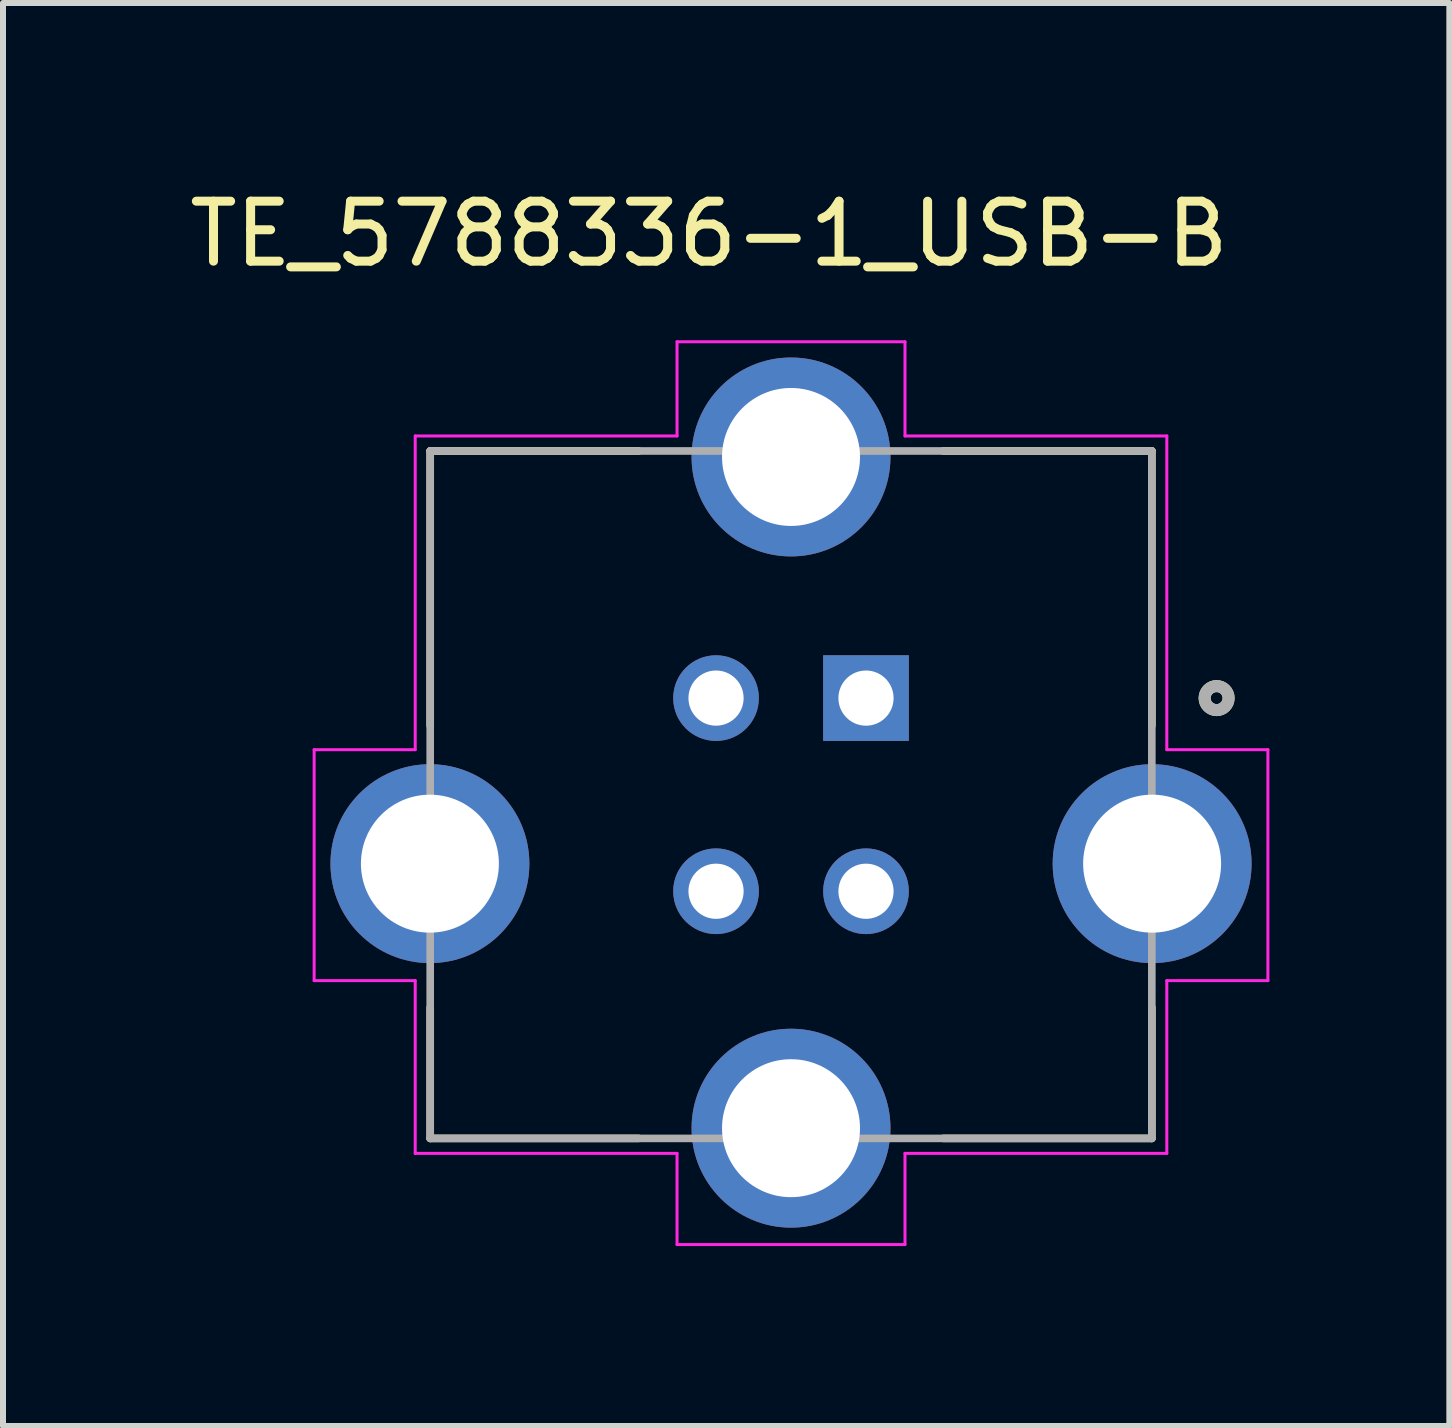
<source format=kicad_pcb>
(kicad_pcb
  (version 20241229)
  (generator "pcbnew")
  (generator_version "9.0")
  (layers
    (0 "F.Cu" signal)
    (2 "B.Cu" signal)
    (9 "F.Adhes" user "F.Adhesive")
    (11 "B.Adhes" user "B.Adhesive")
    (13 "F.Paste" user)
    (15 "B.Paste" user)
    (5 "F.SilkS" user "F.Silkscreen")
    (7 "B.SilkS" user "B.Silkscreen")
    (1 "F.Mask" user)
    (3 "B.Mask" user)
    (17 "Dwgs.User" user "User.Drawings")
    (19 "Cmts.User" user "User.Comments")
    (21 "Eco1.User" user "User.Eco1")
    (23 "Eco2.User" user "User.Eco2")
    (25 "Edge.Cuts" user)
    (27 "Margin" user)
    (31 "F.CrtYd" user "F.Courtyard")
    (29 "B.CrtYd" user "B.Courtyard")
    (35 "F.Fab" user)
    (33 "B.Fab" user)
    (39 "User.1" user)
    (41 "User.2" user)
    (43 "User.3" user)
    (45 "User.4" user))
  (footprint "TE_5788336-1_USB-B"
    (layer "F.Cu")
    (at 10.137 11.348)
    (property "Reference" "TE_5788336-1_USB-B" (at -1.366 -10.499 0) (layer "F.SilkS") (effects (font (size 1 1) (thickness 0.15))))
    (attr through_hole)
    (fp_line (start -6.015 -6.88) (end -6.015 -2.3) (stroke (width 0.127) (type solid)) (layer "F.SilkS"))
    (fp_line (start -6.015 -6.88) (end -2.54 -6.88) (stroke (width 0.127) (type solid)) (layer "F.SilkS"))
    (fp_line (start -6.015 2.4) (end -6.015 4.58) (stroke (width 0.127) (type solid)) (layer "F.SilkS"))
    (fp_line (start -6.015 4.58) (end -2.54 4.58) (stroke (width 0.127) (type solid)) (layer "F.SilkS"))
    (fp_line (start 2.54 -6.88) (end 6.015 -6.88) (stroke (width 0.127) (type solid)) (layer "F.SilkS"))
    (fp_line (start 2.54 4.58) (end 6.015 4.58) (stroke (width 0.127) (type solid)) (layer "F.SilkS"))
    (fp_line (start 6.015 -6.88) (end 6.015 -2.3) (stroke (width 0.127) (type solid)) (layer "F.SilkS"))
    (fp_line (start 6.015 2.4) (end 6.015 4.58) (stroke (width 0.127) (type solid)) (layer "F.SilkS"))
    (fp_circle (center 7.095 -2.76) (end 7.295 -2.76) (stroke (width 0.2) (type solid)) (fill no) (layer "F.SilkS"))
    (fp_line (start -7.95 -1.9) (end -6.265 -1.9) (stroke (width 0.05) (type solid)) (layer "F.CrtYd"))
    (fp_line (start -7.95 1.95) (end -7.95 -1.9) (stroke (width 0.05) (type solid)) (layer "F.CrtYd"))
    (fp_line (start -6.265 -7.13) (end -1.9 -7.13) (stroke (width 0.05) (type solid)) (layer "F.CrtYd"))
    (fp_line (start -6.265 -1.9) (end -6.265 -7.13) (stroke (width 0.05) (type solid)) (layer "F.CrtYd"))
    (fp_line (start -6.265 1.95) (end -7.95 1.95) (stroke (width 0.05) (type solid)) (layer "F.CrtYd"))
    (fp_line (start -6.265 4.83) (end -6.265 1.95) (stroke (width 0.05) (type solid)) (layer "F.CrtYd"))
    (fp_line (start -1.9 -8.7) (end 1.9 -8.7) (stroke (width 0.05) (type solid)) (layer "F.CrtYd"))
    (fp_line (start -1.9 -7.13) (end -1.9 -8.7) (stroke (width 0.05) (type solid)) (layer "F.CrtYd"))
    (fp_line (start -1.9 4.83) (end -6.265 4.83) (stroke (width 0.05) (type solid)) (layer "F.CrtYd"))
    (fp_line (start -1.9 6.35) (end -1.9 4.83) (stroke (width 0.05) (type solid)) (layer "F.CrtYd"))
    (fp_line (start 1.9 -8.7) (end 1.9 -7.13) (stroke (width 0.05) (type solid)) (layer "F.CrtYd"))
    (fp_line (start 1.9 -7.13) (end 6.265 -7.13) (stroke (width 0.05) (type solid)) (layer "F.CrtYd"))
    (fp_line (start 1.9 4.83) (end 1.9 6.35) (stroke (width 0.05) (type solid)) (layer "F.CrtYd"))
    (fp_line (start 1.9 6.35) (end -1.9 6.35) (stroke (width 0.05) (type solid)) (layer "F.CrtYd"))
    (fp_line (start 6.265 -7.13) (end 6.265 -1.9) (stroke (width 0.05) (type solid)) (layer "F.CrtYd"))
    (fp_line (start 6.265 -1.9) (end 7.95 -1.9) (stroke (width 0.05) (type solid)) (layer "F.CrtYd"))
    (fp_line (start 6.265 1.95) (end 6.265 4.83) (stroke (width 0.05) (type solid)) (layer "F.CrtYd"))
    (fp_line (start 6.265 4.83) (end 1.9 4.83) (stroke (width 0.05) (type solid)) (layer "F.CrtYd"))
    (fp_line (start 7.95 -1.9) (end 7.95 1.95) (stroke (width 0.05) (type solid)) (layer "F.CrtYd"))
    (fp_line (start 7.95 1.95) (end 6.265 1.95) (stroke (width 0.05) (type solid)) (layer "F.CrtYd"))
    (fp_line (start -6.015 -6.88) (end 6.015 -6.88) (stroke (width 0.127) (type solid)) (layer "F.Fab"))
    (fp_line (start -6.015 4.58) (end -6.015 -6.88) (stroke (width 0.127) (type solid)) (layer "F.Fab"))
    (fp_line (start 6.015 -6.88) (end 6.015 4.58) (stroke (width 0.127) (type solid)) (layer "F.Fab"))
    (fp_line (start 6.015 4.58) (end -6.015 4.58) (stroke (width 0.127) (type solid)) (layer "F.Fab"))
    (fp_circle (center 7.095 -2.76) (end 7.295 -2.76) (stroke (width 0.2) (type solid)) (fill no) (layer "F.Fab"))
    (pad "1" thru_hole rect (at 1.25 -2.76) (size 1.428 1.428) (drill 0.92) (layers "*.Cu" "*.Mask"))
    (pad "2" thru_hole circle (at -1.25 -2.76) (size 1.428 1.428) (drill 0.92) (layers "*.Cu" "*.Mask"))
    (pad "3" thru_hole circle (at -1.25 0.46) (size 1.428 1.428) (drill 0.92) (layers "*.Cu" "*.Mask"))
    (pad "4" thru_hole circle (at 1.25 0.46) (size 1.428 1.428) (drill 0.92) (layers "*.Cu" "*.Mask"))
    (pad "5" thru_hole circle (at 0 -6.78) (size 3.316 3.316) (drill 2.3) (layers "*.Cu" "*.Mask"))
    (pad "6" thru_hole circle (at 0 4.41) (size 3.316 3.316) (drill 2.3) (layers "*.Cu" "*.Mask"))
    (pad "7" thru_hole circle (at -6.02 0) (size 3.316 3.316) (drill 2.3) (layers "*.Cu" "*.Mask"))
    (pad "8" thru_hole circle (at 6.02 0) (size 3.316 3.316) (drill 2.3) (layers "*.Cu" "*.Mask")))
  (gr_rect
    (start -3 -3)
    (end 21.112 20.723)
    (stroke (width 0.1) (type default))
    (fill no)
    (layer "Edge.Cuts")))
</source>
